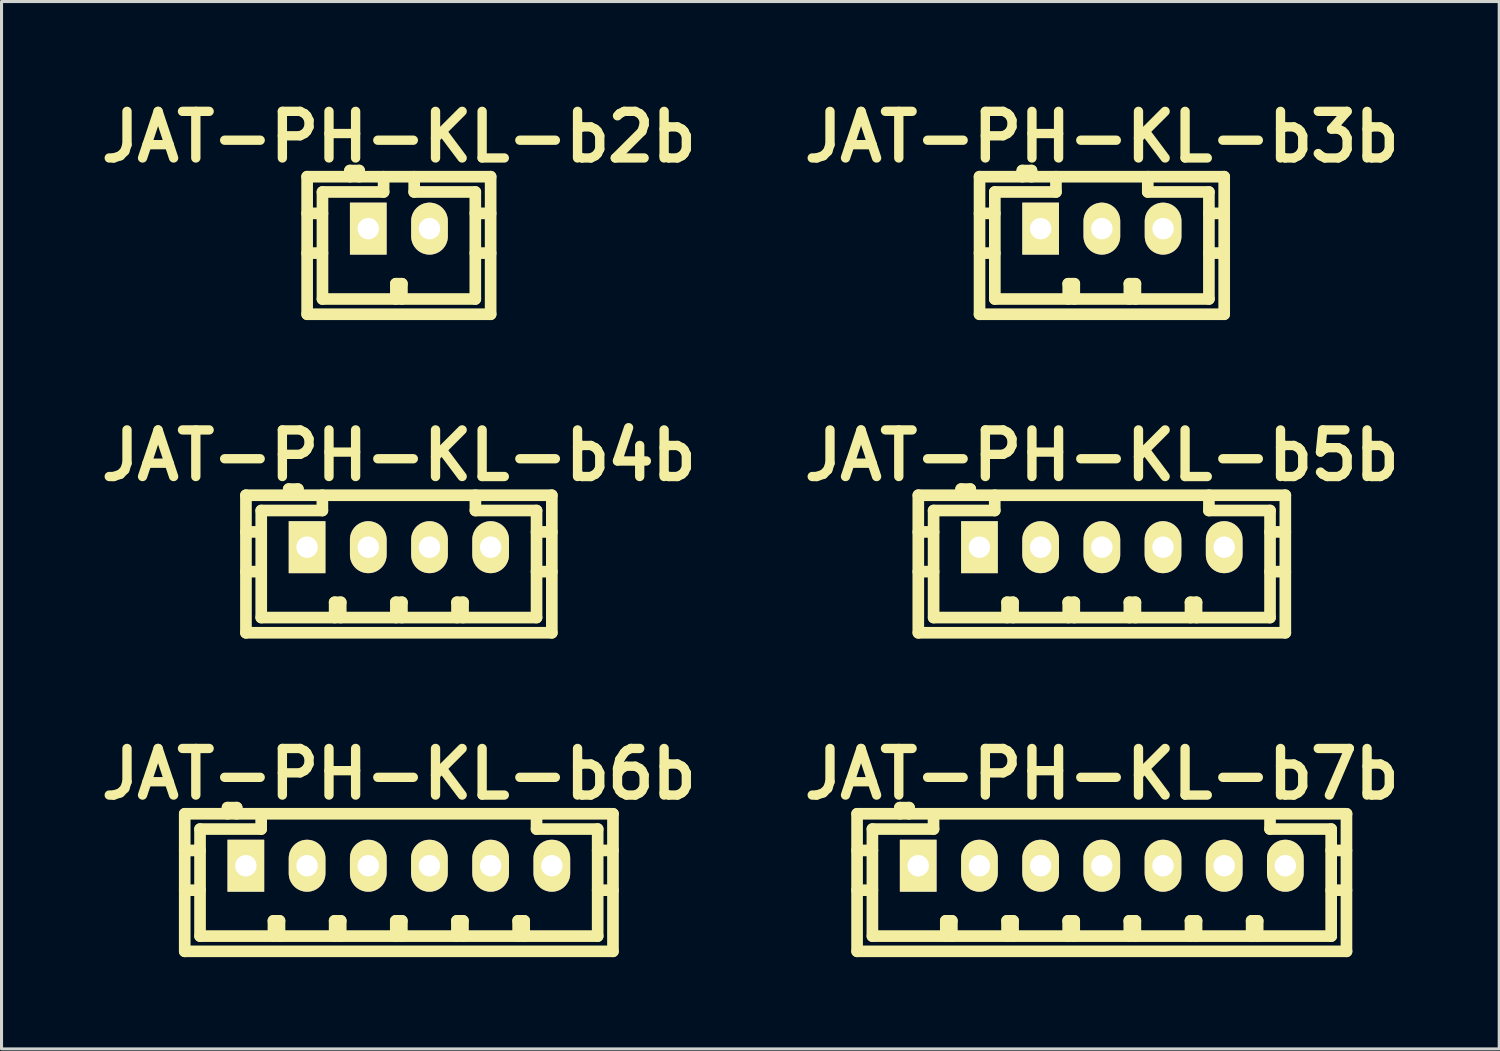
<source format=kicad_pcb>
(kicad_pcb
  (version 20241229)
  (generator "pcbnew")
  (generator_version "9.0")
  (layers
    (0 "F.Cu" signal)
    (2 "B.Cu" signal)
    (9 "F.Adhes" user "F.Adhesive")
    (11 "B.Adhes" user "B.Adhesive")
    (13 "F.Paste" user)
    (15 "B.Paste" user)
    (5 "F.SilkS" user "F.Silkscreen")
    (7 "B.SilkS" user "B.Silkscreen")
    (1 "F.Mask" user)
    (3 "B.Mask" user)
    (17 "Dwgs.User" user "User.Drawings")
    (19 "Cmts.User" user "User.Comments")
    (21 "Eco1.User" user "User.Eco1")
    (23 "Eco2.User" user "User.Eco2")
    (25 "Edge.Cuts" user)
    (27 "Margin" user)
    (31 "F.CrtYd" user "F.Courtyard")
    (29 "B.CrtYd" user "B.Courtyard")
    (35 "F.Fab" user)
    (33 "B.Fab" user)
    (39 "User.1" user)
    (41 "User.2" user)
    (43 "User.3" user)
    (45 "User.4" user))
  (footprint "JAT-PH-KL-b7b"
    (layer "F.Cu")
    (at 32.979 25.258)
    (property "Reference" "JAT-PH-KL-b7b" (at 0 -3 0) (layer "F.SilkS") (effects (font (size 1.524 1.524) (thickness 0.305))))
    (attr through_hole)
    (fp_line (start -8.004 -1.699) (end -8.004 2.799) (stroke (width 0.381) (type solid)) (layer "F.SilkS"))
    (fp_line (start -8.001 -1.699) (end 8.001 -1.699) (stroke (width 0.381) (type solid)) (layer "F.SilkS"))
    (fp_line (start -8.001 2.799) (end 8.001 2.799) (stroke (width 0.381) (type solid)) (layer "F.SilkS"))
    (fp_line (start -7.503 -1.199) (end -7.503 2.301) (stroke (width 0.381) (type solid)) (layer "F.SilkS"))
    (fp_line (start -7.503 -0.5) (end -8.004 -0.5) (stroke (width 0.381) (type solid)) (layer "F.SilkS"))
    (fp_line (start -7.503 0.8) (end -8.004 0.8) (stroke (width 0.381) (type solid)) (layer "F.SilkS"))
    (fp_line (start -6.604 -1.9) (end -6.604 -1.699) (stroke (width 0.381) (type solid)) (layer "F.SilkS"))
    (fp_line (start -6.304 -1.9) (end -6.604 -1.9) (stroke (width 0.381) (type solid)) (layer "F.SilkS"))
    (fp_line (start -6.304 -1.699) (end -6.304 -1.9) (stroke (width 0.381) (type solid)) (layer "F.SilkS"))
    (fp_line (start -5.504 -1.699) (end -5.504 -1.199) (stroke (width 0.381) (type solid)) (layer "F.SilkS"))
    (fp_line (start -5.504 -1.199) (end -7.503 -1.199) (stroke (width 0.381) (type solid)) (layer "F.SilkS"))
    (fp_line (start -5.103 1.801) (end -4.905 1.801) (stroke (width 0.381) (type solid)) (layer "F.SilkS"))
    (fp_line (start -5.103 2.301) (end -5.103 1.801) (stroke (width 0.381) (type solid)) (layer "F.SilkS"))
    (fp_line (start -4.905 1.801) (end -4.905 2.301) (stroke (width 0.381) (type solid)) (layer "F.SilkS"))
    (fp_line (start -3.101 1.801) (end -2.903 1.801) (stroke (width 0.381) (type solid)) (layer "F.SilkS"))
    (fp_line (start -3.101 2.301) (end -3.101 1.801) (stroke (width 0.381) (type solid)) (layer "F.SilkS"))
    (fp_line (start -2.903 1.801) (end -2.903 2.301) (stroke (width 0.381) (type solid)) (layer "F.SilkS"))
    (fp_line (start -1.102 1.801) (end -0.904 1.801) (stroke (width 0.381) (type solid)) (layer "F.SilkS"))
    (fp_line (start -1.102 2.301) (end -1.102 1.801) (stroke (width 0.381) (type solid)) (layer "F.SilkS"))
    (fp_line (start -0.904 1.801) (end -0.904 2.301) (stroke (width 0.381) (type solid)) (layer "F.SilkS"))
    (fp_line (start 0.897 1.801) (end 1.095 1.801) (stroke (width 0.381) (type solid)) (layer "F.SilkS"))
    (fp_line (start 0.897 2.301) (end 0.897 1.801) (stroke (width 0.381) (type solid)) (layer "F.SilkS"))
    (fp_line (start 1.095 1.801) (end 1.095 2.301) (stroke (width 0.381) (type solid)) (layer "F.SilkS"))
    (fp_line (start 2.898 1.801) (end 3.096 1.801) (stroke (width 0.381) (type solid)) (layer "F.SilkS"))
    (fp_line (start 2.898 2.301) (end 2.898 1.801) (stroke (width 0.381) (type solid)) (layer "F.SilkS"))
    (fp_line (start 3.096 1.801) (end 3.096 2.301) (stroke (width 0.381) (type solid)) (layer "F.SilkS"))
    (fp_line (start 4.897 1.801) (end 5.095 1.801) (stroke (width 0.381) (type solid)) (layer "F.SilkS"))
    (fp_line (start 4.897 2.301) (end 4.897 1.801) (stroke (width 0.381) (type solid)) (layer "F.SilkS"))
    (fp_line (start 5.095 1.801) (end 5.095 2.301) (stroke (width 0.381) (type solid)) (layer "F.SilkS"))
    (fp_line (start 5.499 -1.199) (end 5.499 -1.699) (stroke (width 0.381) (type solid)) (layer "F.SilkS"))
    (fp_line (start 7.498 -1.199) (end 5.499 -1.199) (stroke (width 0.381) (type solid)) (layer "F.SilkS"))
    (fp_line (start 7.498 0.8) (end 7.998 0.8) (stroke (width 0.381) (type solid)) (layer "F.SilkS"))
    (fp_line (start 7.498 2.301) (end 7.498 -1.199) (stroke (width 0.381) (type solid)) (layer "F.SilkS"))
    (fp_line (start 7.501 2.301) (end -7.501 2.301) (stroke (width 0.381) (type solid)) (layer "F.SilkS"))
    (fp_line (start 7.998 -1.699) (end 7.998 2.799) (stroke (width 0.381) (type solid)) (layer "F.SilkS"))
    (fp_line (start 7.998 -0.5) (end 7.498 -0.5) (stroke (width 0.381) (type solid)) (layer "F.SilkS"))
    (pad "1" thru_hole rect (at -6.005 0) (size 1.199 1.699) (drill 0.701) (layers "*.Cu" "*.Mask" "F.SilkS"))
    (pad "2" thru_hole oval (at -4.003 0) (size 1.199 1.699) (drill 0.701) (layers "*.Cu" "*.Mask" "F.SilkS"))
    (pad "3" thru_hole oval (at -2.002 0) (size 1.199 1.699) (drill 0.701) (layers "*.Cu" "*.Mask" "F.SilkS"))
    (pad "4" thru_hole oval (at -0.003 0) (size 1.199 1.699) (drill 0.701) (layers "*.Cu" "*.Mask" "F.SilkS"))
    (pad "5" thru_hole oval (at 1.999 0) (size 1.199 1.699) (drill 0.701) (layers "*.Cu" "*.Mask" "F.SilkS"))
    (pad "6" thru_hole oval (at 4 0) (size 1.199 1.699) (drill 0.701) (layers "*.Cu" "*.Mask" "F.SilkS"))
    (pad "7" thru_hole oval (at 5.999 0) (size 1.199 1.699) (drill 0.701) (layers "*.Cu" "*.Mask" "F.SilkS")))
  (footprint "JAT-PH-KL-b4b"
    (layer "F.Cu")
    (at 9.993 14.842)
    (property "Reference" "JAT-PH-KL-b4b" (at 0 -3 0) (layer "F.SilkS") (effects (font (size 1.524 1.524) (thickness 0.305))))
    (attr through_hole)
    (fp_line (start -5.001 -1.699) (end -5.001 2.799) (stroke (width 0.381) (type solid)) (layer "F.SilkS"))
    (fp_line (start -5.001 -1.699) (end 5.001 -1.699) (stroke (width 0.381) (type solid)) (layer "F.SilkS"))
    (fp_line (start -5.001 2.799) (end 5.001 2.799) (stroke (width 0.381) (type solid)) (layer "F.SilkS"))
    (fp_line (start -4.501 -1.199) (end -4.501 2.301) (stroke (width 0.381) (type solid)) (layer "F.SilkS"))
    (fp_line (start -4.501 -0.5) (end -5.001 -0.5) (stroke (width 0.381) (type solid)) (layer "F.SilkS"))
    (fp_line (start -4.501 0.8) (end -5.001 0.8) (stroke (width 0.381) (type solid)) (layer "F.SilkS"))
    (fp_line (start -3.602 -1.9) (end -3.602 -1.699) (stroke (width 0.381) (type solid)) (layer "F.SilkS"))
    (fp_line (start -3.302 -1.9) (end -3.602 -1.9) (stroke (width 0.381) (type solid)) (layer "F.SilkS"))
    (fp_line (start -3.302 -1.699) (end -3.302 -1.9) (stroke (width 0.381) (type solid)) (layer "F.SilkS"))
    (fp_line (start -2.502 -1.699) (end -2.502 -1.199) (stroke (width 0.381) (type solid)) (layer "F.SilkS"))
    (fp_line (start -2.502 -1.199) (end -4.501 -1.199) (stroke (width 0.381) (type solid)) (layer "F.SilkS"))
    (fp_line (start -2.101 1.801) (end -1.902 1.801) (stroke (width 0.381) (type solid)) (layer "F.SilkS"))
    (fp_line (start -2.101 2.301) (end -2.101 1.801) (stroke (width 0.381) (type solid)) (layer "F.SilkS"))
    (fp_line (start -1.902 1.801) (end -1.902 2.301) (stroke (width 0.381) (type solid)) (layer "F.SilkS"))
    (fp_line (start -0.099 1.801) (end 0.099 1.801) (stroke (width 0.381) (type solid)) (layer "F.SilkS"))
    (fp_line (start -0.099 2.301) (end -0.099 1.801) (stroke (width 0.381) (type solid)) (layer "F.SilkS"))
    (fp_line (start 0.099 1.801) (end 0.099 2.301) (stroke (width 0.381) (type solid)) (layer "F.SilkS"))
    (fp_line (start 1.9 1.801) (end 2.098 1.801) (stroke (width 0.381) (type solid)) (layer "F.SilkS"))
    (fp_line (start 1.9 2.301) (end 1.9 1.801) (stroke (width 0.381) (type solid)) (layer "F.SilkS"))
    (fp_line (start 2.098 1.801) (end 2.098 2.301) (stroke (width 0.381) (type solid)) (layer "F.SilkS"))
    (fp_line (start 2.502 -1.199) (end 2.502 -1.699) (stroke (width 0.381) (type solid)) (layer "F.SilkS"))
    (fp_line (start 4.501 -1.199) (end 2.502 -1.199) (stroke (width 0.381) (type solid)) (layer "F.SilkS"))
    (fp_line (start 4.501 0.8) (end 5.001 0.8) (stroke (width 0.381) (type solid)) (layer "F.SilkS"))
    (fp_line (start 4.501 2.301) (end -4.501 2.301) (stroke (width 0.381) (type solid)) (layer "F.SilkS"))
    (fp_line (start 4.501 2.301) (end 4.501 -1.199) (stroke (width 0.381) (type solid)) (layer "F.SilkS"))
    (fp_line (start 5.001 -1.699) (end 5.001 2.799) (stroke (width 0.381) (type solid)) (layer "F.SilkS"))
    (fp_line (start 5.001 -0.5) (end 4.501 -0.5) (stroke (width 0.381) (type solid)) (layer "F.SilkS"))
    (pad "1" thru_hole rect (at -3.002 0) (size 1.199 1.699) (drill 0.701) (layers "*.Cu" "*.Mask" "F.SilkS"))
    (pad "2" thru_hole oval (at -1.001 0) (size 1.199 1.699) (drill 0.701) (layers "*.Cu" "*.Mask" "F.SilkS"))
    (pad "3" thru_hole oval (at 1.001 0) (size 1.199 1.699) (drill 0.701) (layers "*.Cu" "*.Mask" "F.SilkS"))
    (pad "4" thru_hole oval (at 3 0) (size 1.199 1.699) (drill 0.701) (layers "*.Cu" "*.Mask" "F.SilkS")))
  (footprint "JAT-PH-KL-b3b"
    (layer "F.Cu")
    (at 32.979 4.426)
    (property "Reference" "JAT-PH-KL-b3b" (at 0 -3 0) (layer "F.SilkS") (effects (font (size 1.524 1.524) (thickness 0.305))))
    (attr through_hole)
    (fp_line (start -4 -1.699) (end -4 2.799) (stroke (width 0.381) (type solid)) (layer "F.SilkS"))
    (fp_line (start -4 -1.699) (end 4 -1.699) (stroke (width 0.381) (type solid)) (layer "F.SilkS"))
    (fp_line (start -4 2.799) (end 4 2.799) (stroke (width 0.381) (type solid)) (layer "F.SilkS"))
    (fp_line (start -3.5 -1.199) (end -3.5 2.301) (stroke (width 0.381) (type solid)) (layer "F.SilkS"))
    (fp_line (start -3.5 -0.5) (end -4 -0.5) (stroke (width 0.381) (type solid)) (layer "F.SilkS"))
    (fp_line (start -3.5 0.8) (end -4 0.8) (stroke (width 0.381) (type solid)) (layer "F.SilkS"))
    (fp_line (start -2.601 -1.9) (end -2.601 -1.699) (stroke (width 0.381) (type solid)) (layer "F.SilkS"))
    (fp_line (start -2.301 -1.9) (end -2.601 -1.9) (stroke (width 0.381) (type solid)) (layer "F.SilkS"))
    (fp_line (start -2.301 -1.699) (end -2.301 -1.9) (stroke (width 0.381) (type solid)) (layer "F.SilkS"))
    (fp_line (start -1.501 -1.699) (end -1.501 -1.199) (stroke (width 0.381) (type solid)) (layer "F.SilkS"))
    (fp_line (start -1.501 -1.199) (end -3.5 -1.199) (stroke (width 0.381) (type solid)) (layer "F.SilkS"))
    (fp_line (start -1.1 1.801) (end -0.902 1.801) (stroke (width 0.381) (type solid)) (layer "F.SilkS"))
    (fp_line (start -1.1 2.301) (end -1.1 1.801) (stroke (width 0.381) (type solid)) (layer "F.SilkS"))
    (fp_line (start -0.902 1.801) (end -0.902 2.301) (stroke (width 0.381) (type solid)) (layer "F.SilkS"))
    (fp_line (start 0.899 1.801) (end 1.097 1.801) (stroke (width 0.381) (type solid)) (layer "F.SilkS"))
    (fp_line (start 0.899 2.301) (end 0.899 1.801) (stroke (width 0.381) (type solid)) (layer "F.SilkS"))
    (fp_line (start 1.097 1.801) (end 1.097 2.301) (stroke (width 0.381) (type solid)) (layer "F.SilkS"))
    (fp_line (start 1.501 -1.199) (end 1.501 -1.699) (stroke (width 0.381) (type solid)) (layer "F.SilkS"))
    (fp_line (start 3.5 -1.199) (end 1.501 -1.199) (stroke (width 0.381) (type solid)) (layer "F.SilkS"))
    (fp_line (start 3.5 0.8) (end 4 0.8) (stroke (width 0.381) (type solid)) (layer "F.SilkS"))
    (fp_line (start 3.5 2.301) (end -3.5 2.301) (stroke (width 0.381) (type solid)) (layer "F.SilkS"))
    (fp_line (start 3.5 2.301) (end 3.5 -1.199) (stroke (width 0.381) (type solid)) (layer "F.SilkS"))
    (fp_line (start 4 -1.699) (end 4 2.799) (stroke (width 0.381) (type solid)) (layer "F.SilkS"))
    (fp_line (start 4 -0.5) (end 3.5 -0.5) (stroke (width 0.381) (type solid)) (layer "F.SilkS"))
    (pad "1" thru_hole rect (at -2.002 0) (size 1.199 1.699) (drill 0.701) (layers "*.Cu" "*.Mask" "F.SilkS"))
    (pad "2" thru_hole oval (at 0 0) (size 1.199 1.699) (drill 0.701) (layers "*.Cu" "*.Mask" "F.SilkS"))
    (pad "3" thru_hole oval (at 2.002 0) (size 1.199 1.699) (drill 0.701) (layers "*.Cu" "*.Mask" "F.SilkS")))
  (footprint "JAT-PH-KL-b5b"
    (layer "F.Cu")
    (at 32.979 14.842)
    (property "Reference" "JAT-PH-KL-b5b" (at 0 -3 0) (layer "F.SilkS") (effects (font (size 1.524 1.524) (thickness 0.305))))
    (attr through_hole)
    (fp_line (start -6.002 -1.699) (end -6.002 2.799) (stroke (width 0.381) (type solid)) (layer "F.SilkS"))
    (fp_line (start -5.502 -1.199) (end -5.502 2.301) (stroke (width 0.381) (type solid)) (layer "F.SilkS"))
    (fp_line (start -5.502 -0.5) (end -6.002 -0.5) (stroke (width 0.381) (type solid)) (layer "F.SilkS"))
    (fp_line (start -5.502 0.8) (end -6.002 0.8) (stroke (width 0.381) (type solid)) (layer "F.SilkS"))
    (fp_line (start -5.499 2.301) (end 5.499 2.301) (stroke (width 0.381) (type solid)) (layer "F.SilkS"))
    (fp_line (start -4.602 -1.9) (end -4.602 -1.699) (stroke (width 0.381) (type solid)) (layer "F.SilkS"))
    (fp_line (start -4.303 -1.9) (end -4.602 -1.9) (stroke (width 0.381) (type solid)) (layer "F.SilkS"))
    (fp_line (start -4.303 -1.699) (end -4.303 -1.9) (stroke (width 0.381) (type solid)) (layer "F.SilkS"))
    (fp_line (start -3.503 -1.699) (end -3.503 -1.199) (stroke (width 0.381) (type solid)) (layer "F.SilkS"))
    (fp_line (start -3.503 -1.199) (end -5.502 -1.199) (stroke (width 0.381) (type solid)) (layer "F.SilkS"))
    (fp_line (start -3.101 1.801) (end -2.903 1.801) (stroke (width 0.381) (type solid)) (layer "F.SilkS"))
    (fp_line (start -3.101 2.301) (end -3.101 1.801) (stroke (width 0.381) (type solid)) (layer "F.SilkS"))
    (fp_line (start -2.903 1.801) (end -2.903 2.301) (stroke (width 0.381) (type solid)) (layer "F.SilkS"))
    (fp_line (start -1.1 1.801) (end -0.902 1.801) (stroke (width 0.381) (type solid)) (layer "F.SilkS"))
    (fp_line (start -1.1 2.301) (end -1.1 1.801) (stroke (width 0.381) (type solid)) (layer "F.SilkS"))
    (fp_line (start -0.902 1.801) (end -0.902 2.301) (stroke (width 0.381) (type solid)) (layer "F.SilkS"))
    (fp_line (start 0.899 1.801) (end 1.097 1.801) (stroke (width 0.381) (type solid)) (layer "F.SilkS"))
    (fp_line (start 0.899 2.301) (end 0.899 1.801) (stroke (width 0.381) (type solid)) (layer "F.SilkS"))
    (fp_line (start 1.097 1.801) (end 1.097 2.301) (stroke (width 0.381) (type solid)) (layer "F.SilkS"))
    (fp_line (start 2.898 1.801) (end 3.096 1.801) (stroke (width 0.381) (type solid)) (layer "F.SilkS"))
    (fp_line (start 2.898 2.301) (end 2.898 1.801) (stroke (width 0.381) (type solid)) (layer "F.SilkS"))
    (fp_line (start 3.096 1.801) (end 3.096 2.301) (stroke (width 0.381) (type solid)) (layer "F.SilkS"))
    (fp_line (start 3.5 -1.199) (end 3.5 -1.699) (stroke (width 0.381) (type solid)) (layer "F.SilkS"))
    (fp_line (start 5.499 -1.199) (end 3.5 -1.199) (stroke (width 0.381) (type solid)) (layer "F.SilkS"))
    (fp_line (start 5.499 0.8) (end 5.999 0.8) (stroke (width 0.381) (type solid)) (layer "F.SilkS"))
    (fp_line (start 5.499 2.301) (end 5.499 -1.199) (stroke (width 0.381) (type solid)) (layer "F.SilkS"))
    (fp_line (start 5.999 -1.699) (end -5.999 -1.699) (stroke (width 0.381) (type solid)) (layer "F.SilkS"))
    (fp_line (start 5.999 -1.699) (end 5.999 2.799) (stroke (width 0.381) (type solid)) (layer "F.SilkS"))
    (fp_line (start 5.999 -0.5) (end 5.499 -0.5) (stroke (width 0.381) (type solid)) (layer "F.SilkS"))
    (fp_line (start 5.999 2.799) (end -5.999 2.799) (stroke (width 0.381) (type solid)) (layer "F.SilkS"))
    (pad "1" thru_hole rect (at -4.003 0) (size 1.199 1.699) (drill 0.701) (layers "*.Cu" "*.Mask" "F.SilkS"))
    (pad "2" thru_hole oval (at -2.002 0) (size 1.199 1.699) (drill 0.701) (layers "*.Cu" "*.Mask" "F.SilkS"))
    (pad "3" thru_hole oval (at 0 0) (size 1.199 1.699) (drill 0.701) (layers "*.Cu" "*.Mask" "F.SilkS"))
    (pad "4" thru_hole oval (at 1.999 0) (size 1.199 1.699) (drill 0.701) (layers "*.Cu" "*.Mask" "F.SilkS"))
    (pad "5" thru_hole oval (at 4 0) (size 1.199 1.699) (drill 0.701) (layers "*.Cu" "*.Mask" "F.SilkS")))
  (footprint "JAT-PH-KL-b6b"
    (layer "F.Cu")
    (at 9.993 25.258)
    (property "Reference" "JAT-PH-KL-b6b" (at 0 -3 0) (layer "F.SilkS") (effects (font (size 1.524 1.524) (thickness 0.305))))
    (attr through_hole)
    (fp_line (start -7.003 -1.699) (end -7.003 2.799) (stroke (width 0.381) (type solid)) (layer "F.SilkS"))
    (fp_line (start -7 2.799) (end 7 2.799) (stroke (width 0.381) (type solid)) (layer "F.SilkS"))
    (fp_line (start -6.502 -1.199) (end -6.502 2.301) (stroke (width 0.381) (type solid)) (layer "F.SilkS"))
    (fp_line (start -6.502 -0.5) (end -7.003 -0.5) (stroke (width 0.381) (type solid)) (layer "F.SilkS"))
    (fp_line (start -6.502 0.8) (end -7.003 0.8) (stroke (width 0.381) (type solid)) (layer "F.SilkS"))
    (fp_line (start -5.603 -1.9) (end -5.603 -1.699) (stroke (width 0.381) (type solid)) (layer "F.SilkS"))
    (fp_line (start -5.304 -1.9) (end -5.603 -1.9) (stroke (width 0.381) (type solid)) (layer "F.SilkS"))
    (fp_line (start -5.304 -1.699) (end -5.304 -1.9) (stroke (width 0.381) (type solid)) (layer "F.SilkS"))
    (fp_line (start -4.503 -1.699) (end -4.503 -1.199) (stroke (width 0.381) (type solid)) (layer "F.SilkS"))
    (fp_line (start -4.503 -1.199) (end -6.502 -1.199) (stroke (width 0.381) (type solid)) (layer "F.SilkS"))
    (fp_line (start -4.102 1.801) (end -3.904 1.801) (stroke (width 0.381) (type solid)) (layer "F.SilkS"))
    (fp_line (start -4.102 2.301) (end -4.102 1.801) (stroke (width 0.381) (type solid)) (layer "F.SilkS"))
    (fp_line (start -3.904 1.801) (end -3.904 2.301) (stroke (width 0.381) (type solid)) (layer "F.SilkS"))
    (fp_line (start -2.101 1.801) (end -1.902 1.801) (stroke (width 0.381) (type solid)) (layer "F.SilkS"))
    (fp_line (start -2.101 2.301) (end -2.101 1.801) (stroke (width 0.381) (type solid)) (layer "F.SilkS"))
    (fp_line (start -1.902 1.801) (end -1.902 2.301) (stroke (width 0.381) (type solid)) (layer "F.SilkS"))
    (fp_line (start -0.102 1.801) (end 0.097 1.801) (stroke (width 0.381) (type solid)) (layer "F.SilkS"))
    (fp_line (start -0.102 2.301) (end -0.102 1.801) (stroke (width 0.381) (type solid)) (layer "F.SilkS"))
    (fp_line (start 0.097 1.801) (end 0.097 2.301) (stroke (width 0.381) (type solid)) (layer "F.SilkS"))
    (fp_line (start 1.897 1.801) (end 2.095 1.801) (stroke (width 0.381) (type solid)) (layer "F.SilkS"))
    (fp_line (start 1.897 2.301) (end 1.897 1.801) (stroke (width 0.381) (type solid)) (layer "F.SilkS"))
    (fp_line (start 2.095 1.801) (end 2.095 2.301) (stroke (width 0.381) (type solid)) (layer "F.SilkS"))
    (fp_line (start 3.899 1.801) (end 4.097 1.801) (stroke (width 0.381) (type solid)) (layer "F.SilkS"))
    (fp_line (start 3.899 2.301) (end 3.899 1.801) (stroke (width 0.381) (type solid)) (layer "F.SilkS"))
    (fp_line (start 4.097 1.801) (end 4.097 2.301) (stroke (width 0.381) (type solid)) (layer "F.SilkS"))
    (fp_line (start 4.501 -1.199) (end 4.501 -1.699) (stroke (width 0.381) (type solid)) (layer "F.SilkS"))
    (fp_line (start 6.5 -1.199) (end 4.501 -1.199) (stroke (width 0.381) (type solid)) (layer "F.SilkS"))
    (fp_line (start 6.5 0.8) (end 7 0.8) (stroke (width 0.381) (type solid)) (layer "F.SilkS"))
    (fp_line (start 6.5 2.301) (end -6.5 2.301) (stroke (width 0.381) (type solid)) (layer "F.SilkS"))
    (fp_line (start 6.5 2.301) (end 6.5 -1.199) (stroke (width 0.381) (type solid)) (layer "F.SilkS"))
    (fp_line (start 7 -1.699) (end -7 -1.699) (stroke (width 0.381) (type solid)) (layer "F.SilkS"))
    (fp_line (start 7 -1.699) (end 7 2.799) (stroke (width 0.381) (type solid)) (layer "F.SilkS"))
    (fp_line (start 7 -0.5) (end 6.5 -0.5) (stroke (width 0.381) (type solid)) (layer "F.SilkS"))
    (pad "1" thru_hole rect (at -5.004 0) (size 1.199 1.699) (drill 0.701) (layers "*.Cu" "*.Mask" "F.SilkS"))
    (pad "2" thru_hole oval (at -3.002 0) (size 1.199 1.699) (drill 0.701) (layers "*.Cu" "*.Mask" "F.SilkS"))
    (pad "3" thru_hole oval (at -1.001 0) (size 1.199 1.699) (drill 0.701) (layers "*.Cu" "*.Mask" "F.SilkS"))
    (pad "4" thru_hole oval (at 0.998 0) (size 1.199 1.699) (drill 0.701) (layers "*.Cu" "*.Mask" "F.SilkS"))
    (pad "5" thru_hole oval (at 3 0) (size 1.199 1.699) (drill 0.701) (layers "*.Cu" "*.Mask" "F.SilkS"))
    (pad "6" thru_hole oval (at 5.001 0) (size 1.199 1.699) (drill 0.701) (layers "*.Cu" "*.Mask" "F.SilkS")))
  (footprint "JAT-PH-KL-b2b"
    (layer "F.Cu")
    (at 9.993 4.426)
    (property "Reference" "JAT-PH-KL-b2b" (at 0 -3 0) (layer "F.SilkS") (effects (font (size 1.524 1.524) (thickness 0.305))))
    (attr through_hole)
    (fp_line (start -3 -1.699) (end -3 2.799) (stroke (width 0.381) (type solid)) (layer "F.SilkS"))
    (fp_line (start -3 2.799) (end 3 2.799) (stroke (width 0.381) (type solid)) (layer "F.SilkS"))
    (fp_line (start -2.499 -1.199) (end -2.499 2.301) (stroke (width 0.381) (type solid)) (layer "F.SilkS"))
    (fp_line (start -2.499 -0.5) (end -3 -0.5) (stroke (width 0.381) (type solid)) (layer "F.SilkS"))
    (fp_line (start -2.499 0.8) (end -3 0.8) (stroke (width 0.381) (type solid)) (layer "F.SilkS"))
    (fp_line (start -2.499 2.301) (end 2.499 2.301) (stroke (width 0.381) (type solid)) (layer "F.SilkS"))
    (fp_line (start -1.6 -1.9) (end -1.6 -1.699) (stroke (width 0.381) (type solid)) (layer "F.SilkS"))
    (fp_line (start -1.3 -1.9) (end -1.6 -1.9) (stroke (width 0.381) (type solid)) (layer "F.SilkS"))
    (fp_line (start -1.3 -1.699) (end -1.3 -1.9) (stroke (width 0.381) (type solid)) (layer "F.SilkS"))
    (fp_line (start -0.5 -1.699) (end -0.5 -1.199) (stroke (width 0.381) (type solid)) (layer "F.SilkS"))
    (fp_line (start -0.5 -1.199) (end -2.499 -1.199) (stroke (width 0.381) (type solid)) (layer "F.SilkS"))
    (fp_line (start -0.099 1.801) (end 0.099 1.801) (stroke (width 0.381) (type solid)) (layer "F.SilkS"))
    (fp_line (start -0.099 2.301) (end -0.099 1.801) (stroke (width 0.381) (type solid)) (layer "F.SilkS"))
    (fp_line (start 0.099 1.801) (end 0.099 2.301) (stroke (width 0.381) (type solid)) (layer "F.SilkS"))
    (fp_line (start 0.5 -1.199) (end 0.5 -1.699) (stroke (width 0.381) (type solid)) (layer "F.SilkS"))
    (fp_line (start 2.499 -1.199) (end 0.5 -1.199) (stroke (width 0.381) (type solid)) (layer "F.SilkS"))
    (fp_line (start 2.499 0.8) (end 3 0.8) (stroke (width 0.381) (type solid)) (layer "F.SilkS"))
    (fp_line (start 2.499 2.301) (end 2.499 -1.199) (stroke (width 0.381) (type solid)) (layer "F.SilkS"))
    (fp_line (start 3 -1.699) (end -3 -1.699) (stroke (width 0.381) (type solid)) (layer "F.SilkS"))
    (fp_line (start 3 -1.699) (end 3 2.799) (stroke (width 0.381) (type solid)) (layer "F.SilkS"))
    (fp_line (start 3 -0.5) (end 2.499 -0.5) (stroke (width 0.381) (type solid)) (layer "F.SilkS"))
    (pad "1" thru_hole rect (at -1.001 0) (size 1.199 1.699) (drill 0.701) (layers "*.Cu" "*.Mask" "F.SilkS"))
    (pad "2" thru_hole oval (at 1.001 0) (size 1.199 1.699) (drill 0.701) (layers "*.Cu" "*.Mask" "F.SilkS")))
  (gr_rect
    (start -3 -3)
    (end 45.972 31.247)
    (stroke (width 0.1) (type default))
    (fill no)
    (layer "Edge.Cuts")))
</source>
